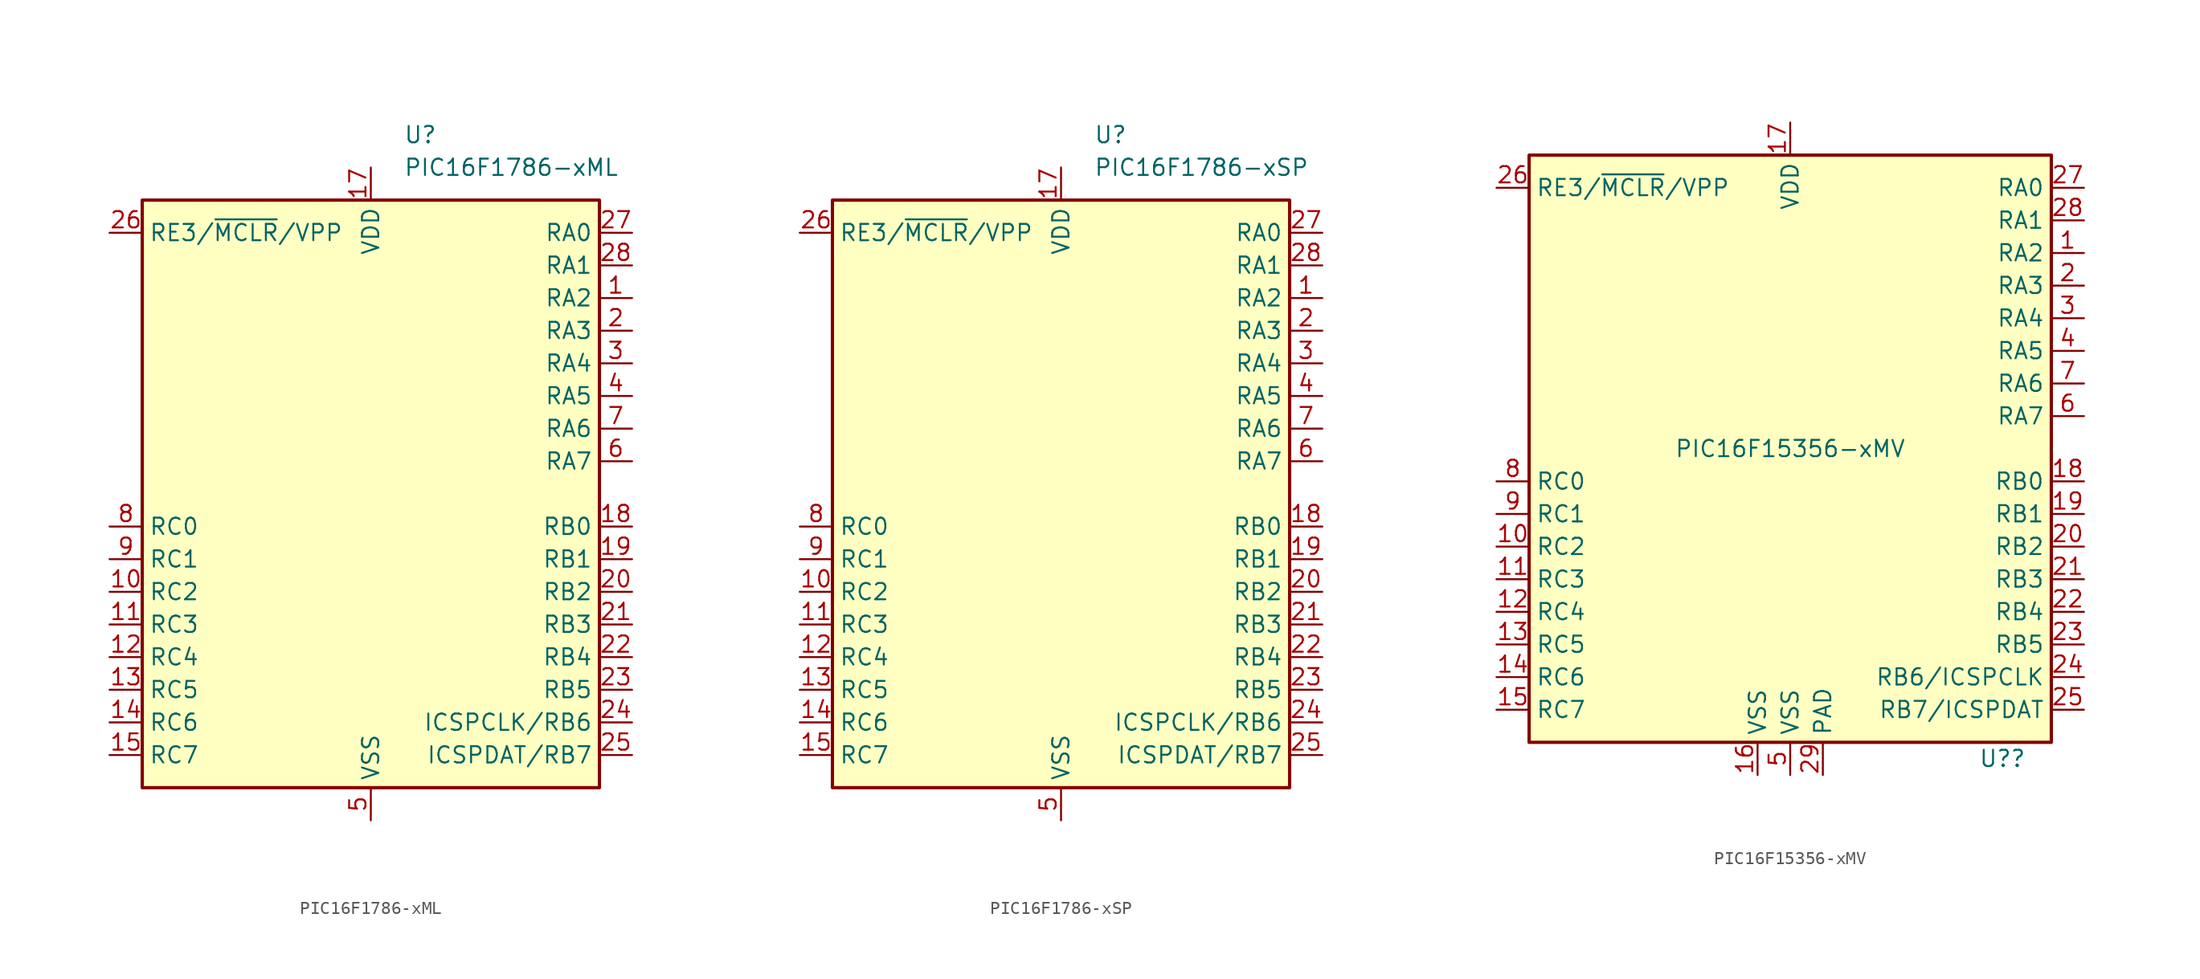
<source format=kicad_sym>
(kicad_symbol_lib
  (version 20211014)
  (generator kicad_symbol_editor)
  (symbol "PIC16F1786-xML"
    (property "Reference" "U"
      (at 2.54 27.94 0)
      (effects (font (size 1.27 1.27)) (justify left)))
    (property "Value" "PIC16F1786-xML"
      (at 2.54 25.4 0)
      (effects (font (size 1.27 1.27)) (justify left)))
    (symbol "PIC16F1786-xML_0_1"
      (rectangle (start -17.78 -22.86) (end 17.78 22.86) (stroke (width 0.254) (type default) (color 0 0 0 0)) (fill (type background))))
    (symbol "PIC16F1786-xML_1_1"
      (pin bidirectional line (at 20.32 15.24 180) (length 2.54) (name "RA2" (effects (font (size 1.27 1.27)))) (number "1" (effects (font (size 1.27 1.27)))))
      (pin bidirectional line (at -20.32 -7.62 0) (length 2.54) (name "RC2" (effects (font (size 1.27 1.27)))) (number "10" (effects (font (size 1.27 1.27)))))
      (pin bidirectional line (at -20.32 -10.16 0) (length 2.54) (name "RC3" (effects (font (size 1.27 1.27)))) (number "11" (effects (font (size 1.27 1.27)))))
      (pin bidirectional line (at -20.32 -12.7 0) (length 2.54) (name "RC4" (effects (font (size 1.27 1.27)))) (number "12" (effects (font (size 1.27 1.27)))))
      (pin bidirectional line (at -20.32 -15.24 0) (length 2.54) (name "RC5" (effects (font (size 1.27 1.27)))) (number "13" (effects (font (size 1.27 1.27)))))
      (pin bidirectional line (at -20.32 -17.78 0) (length 2.54) (name "RC6" (effects (font (size 1.27 1.27)))) (number "14" (effects (font (size 1.27 1.27)))))
      (pin bidirectional line (at -20.32 -20.32 0) (length 2.54) (name "RC7" (effects (font (size 1.27 1.27)))) (number "15" (effects (font (size 1.27 1.27)))))
      (pin passive line (at 0 -25.4 90) (length 2.54) hide (name "VSS" (effects (font (size 1.27 1.27)))) (number "16" (effects (font (size 1.27 1.27)))))
      (pin power_in line (at 0 25.4 270) (length 2.54) (name "VDD" (effects (font (size 1.27 1.27)))) (number "17" (effects (font (size 1.27 1.27)))))
      (pin bidirectional line (at 20.32 -2.54 180) (length 2.54) (name "RB0" (effects (font (size 1.27 1.27)))) (number "18" (effects (font (size 1.27 1.27)))))
      (pin bidirectional line (at 20.32 -5.08 180) (length 2.54) (name "RB1" (effects (font (size 1.27 1.27)))) (number "19" (effects (font (size 1.27 1.27)))))
      (pin bidirectional line (at 20.32 12.7 180) (length 2.54) (name "RA3" (effects (font (size 1.27 1.27)))) (number "2" (effects (font (size 1.27 1.27)))))
      (pin bidirectional line (at 20.32 -7.62 180) (length 2.54) (name "RB2" (effects (font (size 1.27 1.27)))) (number "20" (effects (font (size 1.27 1.27)))))
      (pin bidirectional line (at 20.32 -10.16 180) (length 2.54) (name "RB3" (effects (font (size 1.27 1.27)))) (number "21" (effects (font (size 1.27 1.27)))))
      (pin bidirectional line (at 20.32 -12.7 180) (length 2.54) (name "RB4" (effects (font (size 1.27 1.27)))) (number "22" (effects (font (size 1.27 1.27)))))
      (pin bidirectional line (at 20.32 -15.24 180) (length 2.54) (name "RB5" (effects (font (size 1.27 1.27)))) (number "23" (effects (font (size 1.27 1.27)))))
      (pin bidirectional line (at 20.32 -17.78 180) (length 2.54) (name "ICSPCLK/RB6" (effects (font (size 1.27 1.27)))) (number "24" (effects (font (size 1.27 1.27)))))
      (pin bidirectional line (at 20.32 -20.32 180) (length 2.54) (name "ICSPDAT/RB7" (effects (font (size 1.27 1.27)))) (number "25" (effects (font (size 1.27 1.27)))))
      (pin input line (at -20.32 20.32 0) (length 2.54) (name "RE3/~{MCLR}/VPP" (effects (font (size 1.27 1.27)))) (number "26" (effects (font (size 1.27 1.27)))))
      (pin bidirectional line (at 20.32 20.32 180) (length 2.54) (name "RA0" (effects (font (size 1.27 1.27)))) (number "27" (effects (font (size 1.27 1.27)))))
      (pin bidirectional line (at 20.32 17.78 180) (length 2.54) (name "RA1" (effects (font (size 1.27 1.27)))) (number "28" (effects (font (size 1.27 1.27)))))
      (pin bidirectional line (at 20.32 10.16 180) (length 2.54) (name "RA4" (effects (font (size 1.27 1.27)))) (number "3" (effects (font (size 1.27 1.27)))))
      (pin bidirectional line (at 20.32 7.62 180) (length 2.54) (name "RA5" (effects (font (size 1.27 1.27)))) (number "4" (effects (font (size 1.27 1.27)))))
      (pin power_in line (at 0 -25.4 90) (length 2.54) (name "VSS" (effects (font (size 1.27 1.27)))) (number "5" (effects (font (size 1.27 1.27)))))
      (pin bidirectional line (at 20.32 2.54 180) (length 2.54) (name "RA7" (effects (font (size 1.27 1.27)))) (number "6" (effects (font (size 1.27 1.27)))))
      (pin bidirectional line (at 20.32 5.08 180) (length 2.54) (name "RA6" (effects (font (size 1.27 1.27)))) (number "7" (effects (font (size 1.27 1.27)))))
      (pin bidirectional line (at -20.32 -2.54 0) (length 2.54) (name "RC0" (effects (font (size 1.27 1.27)))) (number "8" (effects (font (size 1.27 1.27)))))
      (pin bidirectional line (at -20.32 -5.08 0) (length 2.54) (name "RC1" (effects (font (size 1.27 1.27)))) (number "9" (effects (font (size 1.27 1.27)))))))
  (symbol "PIC16F1786-xSP"
    (property "Reference" "U"
      (at 2.54 27.94 0)
      (effects (font (size 1.27 1.27)) (justify left)))
    (property "Value" "PIC16F1786-xSP"
      (at 2.54 25.4 0)
      (effects (font (size 1.27 1.27)) (justify left)))
    (symbol "PIC16F1786-xSP_0_1"
      (rectangle (start -17.78 -22.86) (end 17.78 22.86) (stroke (width 0.254) (type default) (color 0 0 0 0)) (fill (type background))))
    (symbol "PIC16F1786-xSP_1_1"
      (pin bidirectional line (at 20.32 15.24 180) (length 2.54) (name "RA2" (effects (font (size 1.27 1.27)))) (number "1" (effects (font (size 1.27 1.27)))))
      (pin bidirectional line (at -20.32 -7.62 0) (length 2.54) (name "RC2" (effects (font (size 1.27 1.27)))) (number "10" (effects (font (size 1.27 1.27)))))
      (pin bidirectional line (at -20.32 -10.16 0) (length 2.54) (name "RC3" (effects (font (size 1.27 1.27)))) (number "11" (effects (font (size 1.27 1.27)))))
      (pin bidirectional line (at -20.32 -12.7 0) (length 2.54) (name "RC4" (effects (font (size 1.27 1.27)))) (number "12" (effects (font (size 1.27 1.27)))))
      (pin bidirectional line (at -20.32 -15.24 0) (length 2.54) (name "RC5" (effects (font (size 1.27 1.27)))) (number "13" (effects (font (size 1.27 1.27)))))
      (pin bidirectional line (at -20.32 -17.78 0) (length 2.54) (name "RC6" (effects (font (size 1.27 1.27)))) (number "14" (effects (font (size 1.27 1.27)))))
      (pin bidirectional line (at -20.32 -20.32 0) (length 2.54) (name "RC7" (effects (font (size 1.27 1.27)))) (number "15" (effects (font (size 1.27 1.27)))))
      (pin passive line (at 0 -25.4 90) (length 2.54) hide (name "VSS" (effects (font (size 1.27 1.27)))) (number "16" (effects (font (size 1.27 1.27)))))
      (pin power_in line (at 0 25.4 270) (length 2.54) (name "VDD" (effects (font (size 1.27 1.27)))) (number "17" (effects (font (size 1.27 1.27)))))
      (pin bidirectional line (at 20.32 -2.54 180) (length 2.54) (name "RB0" (effects (font (size 1.27 1.27)))) (number "18" (effects (font (size 1.27 1.27)))))
      (pin bidirectional line (at 20.32 -5.08 180) (length 2.54) (name "RB1" (effects (font (size 1.27 1.27)))) (number "19" (effects (font (size 1.27 1.27)))))
      (pin bidirectional line (at 20.32 12.7 180) (length 2.54) (name "RA3" (effects (font (size 1.27 1.27)))) (number "2" (effects (font (size 1.27 1.27)))))
      (pin bidirectional line (at 20.32 -7.62 180) (length 2.54) (name "RB2" (effects (font (size 1.27 1.27)))) (number "20" (effects (font (size 1.27 1.27)))))
      (pin bidirectional line (at 20.32 -10.16 180) (length 2.54) (name "RB3" (effects (font (size 1.27 1.27)))) (number "21" (effects (font (size 1.27 1.27)))))
      (pin bidirectional line (at 20.32 -12.7 180) (length 2.54) (name "RB4" (effects (font (size 1.27 1.27)))) (number "22" (effects (font (size 1.27 1.27)))))
      (pin bidirectional line (at 20.32 -15.24 180) (length 2.54) (name "RB5" (effects (font (size 1.27 1.27)))) (number "23" (effects (font (size 1.27 1.27)))))
      (pin bidirectional line (at 20.32 -17.78 180) (length 2.54) (name "ICSPCLK/RB6" (effects (font (size 1.27 1.27)))) (number "24" (effects (font (size 1.27 1.27)))))
      (pin bidirectional line (at 20.32 -20.32 180) (length 2.54) (name "ICSPDAT/RB7" (effects (font (size 1.27 1.27)))) (number "25" (effects (font (size 1.27 1.27)))))
      (pin input line (at -20.32 20.32 0) (length 2.54) (name "RE3/~{MCLR}/VPP" (effects (font (size 1.27 1.27)))) (number "26" (effects (font (size 1.27 1.27)))))
      (pin bidirectional line (at 20.32 20.32 180) (length 2.54) (name "RA0" (effects (font (size 1.27 1.27)))) (number "27" (effects (font (size 1.27 1.27)))))
      (pin bidirectional line (at 20.32 17.78 180) (length 2.54) (name "RA1" (effects (font (size 1.27 1.27)))) (number "28" (effects (font (size 1.27 1.27)))))
      (pin bidirectional line (at 20.32 10.16 180) (length 2.54) (name "RA4" (effects (font (size 1.27 1.27)))) (number "3" (effects (font (size 1.27 1.27)))))
      (pin bidirectional line (at 20.32 7.62 180) (length 2.54) (name "RA5" (effects (font (size 1.27 1.27)))) (number "4" (effects (font (size 1.27 1.27)))))
      (pin power_in line (at 0 -25.4 90) (length 2.54) (name "VSS" (effects (font (size 1.27 1.27)))) (number "5" (effects (font (size 1.27 1.27)))))
      (pin bidirectional line (at 20.32 2.54 180) (length 2.54) (name "RA7" (effects (font (size 1.27 1.27)))) (number "6" (effects (font (size 1.27 1.27)))))
      (pin bidirectional line (at 20.32 5.08 180) (length 2.54) (name "RA6" (effects (font (size 1.27 1.27)))) (number "7" (effects (font (size 1.27 1.27)))))
      (pin bidirectional line (at -20.32 -2.54 0) (length 2.54) (name "RC0" (effects (font (size 1.27 1.27)))) (number "8" (effects (font (size 1.27 1.27)))))
      (pin bidirectional line (at -20.32 -5.08 0) (length 2.54) (name "RC1" (effects (font (size 1.27 1.27)))) (number "9" (effects (font (size 1.27 1.27)))))))
  (symbol "PIC16F15356-xMV"
    (property "Reference" "U?"
      (at 16.51 -24.13 0)
      (effects (font (size 1.27 1.27))))
    (property "Value" "PIC16F15356-xMV"
      (at 0 0 0)
      (effects (font (size 1.27 1.27))))
    (symbol "PIC16F15356-xMV_0_0"
      (pin power_in line (at 2.54 -25.4 90) (length 2.54) (name "PAD" (effects (font (size 1.27 1.27)))) (number "29" (effects (font (size 1.27 1.27))))))
    (symbol "PIC16F15356-xMV_0_1"
      (rectangle (start -20.32 -22.86) (end 20.32 22.86) (stroke (width 0.254) (type default) (color 0 0 0 0)) (fill (type background))))
    (symbol "PIC16F15356-xMV_1_1"
      (pin bidirectional line (at 22.86 15.24 180) (length 2.54) (name "RA2" (effects (font (size 1.27 1.27)))) (number "1" (effects (font (size 1.27 1.27)))))
      (pin bidirectional line (at -22.86 -7.62 0) (length 2.54) (name "RC2" (effects (font (size 1.27 1.27)))) (number "10" (effects (font (size 1.27 1.27)))))
      (pin bidirectional line (at -22.86 -10.16 0) (length 2.54) (name "RC3" (effects (font (size 1.27 1.27)))) (number "11" (effects (font (size 1.27 1.27)))))
      (pin bidirectional line (at -22.86 -12.7 0) (length 2.54) (name "RC4" (effects (font (size 1.27 1.27)))) (number "12" (effects (font (size 1.27 1.27)))))
      (pin bidirectional line (at -22.86 -15.24 0) (length 2.54) (name "RC5" (effects (font (size 1.27 1.27)))) (number "13" (effects (font (size 1.27 1.27)))))
      (pin bidirectional line (at -22.86 -17.78 0) (length 2.54) (name "RC6" (effects (font (size 1.27 1.27)))) (number "14" (effects (font (size 1.27 1.27)))))
      (pin bidirectional line (at -22.86 -20.32 0) (length 2.54) (name "RC7" (effects (font (size 1.27 1.27)))) (number "15" (effects (font (size 1.27 1.27)))))
      (pin power_in line (at -2.54 -25.4 90) (length 2.54) (name "VSS" (effects (font (size 1.27 1.27)))) (number "16" (effects (font (size 1.27 1.27)))))
      (pin power_in line (at 0 25.4 270) (length 2.54) (name "VDD" (effects (font (size 1.27 1.27)))) (number "17" (effects (font (size 1.27 1.27)))))
      (pin bidirectional line (at 22.86 -2.54 180) (length 2.54) (name "RB0" (effects (font (size 1.27 1.27)))) (number "18" (effects (font (size 1.27 1.27)))))
      (pin bidirectional line (at 22.86 -5.08 180) (length 2.54) (name "RB1" (effects (font (size 1.27 1.27)))) (number "19" (effects (font (size 1.27 1.27)))))
      (pin bidirectional line (at 22.86 12.7 180) (length 2.54) (name "RA3" (effects (font (size 1.27 1.27)))) (number "2" (effects (font (size 1.27 1.27)))))
      (pin bidirectional line (at 22.86 -7.62 180) (length 2.54) (name "RB2" (effects (font (size 1.27 1.27)))) (number "20" (effects (font (size 1.27 1.27)))))
      (pin bidirectional line (at 22.86 -10.16 180) (length 2.54) (name "RB3" (effects (font (size 1.27 1.27)))) (number "21" (effects (font (size 1.27 1.27)))))
      (pin bidirectional line (at 22.86 -12.7 180) (length 2.54) (name "RB4" (effects (font (size 1.27 1.27)))) (number "22" (effects (font (size 1.27 1.27)))))
      (pin bidirectional line (at 22.86 -15.24 180) (length 2.54) (name "RB5" (effects (font (size 1.27 1.27)))) (number "23" (effects (font (size 1.27 1.27)))))
      (pin bidirectional line (at 22.86 -17.78 180) (length 2.54) (name "RB6/ICSPCLK" (effects (font (size 1.27 1.27)))) (number "24" (effects (font (size 1.27 1.27)))))
      (pin bidirectional line (at 22.86 -20.32 180) (length 2.54) (name "RB7/ICSPDAT" (effects (font (size 1.27 1.27)))) (number "25" (effects (font (size 1.27 1.27)))))
      (pin bidirectional line (at -22.86 20.32 0) (length 2.54) (name "RE3/~{MCLR}/VPP" (effects (font (size 1.27 1.27)))) (number "26" (effects (font (size 1.27 1.27)))))
      (pin bidirectional line (at 22.86 20.32 180) (length 2.54) (name "RA0" (effects (font (size 1.27 1.27)))) (number "27" (effects (font (size 1.27 1.27)))))
      (pin bidirectional line (at 22.86 17.78 180) (length 2.54) (name "RA1" (effects (font (size 1.27 1.27)))) (number "28" (effects (font (size 1.27 1.27)))))
      (pin bidirectional line (at 22.86 10.16 180) (length 2.54) (name "RA4" (effects (font (size 1.27 1.27)))) (number "3" (effects (font (size 1.27 1.27)))))
      (pin bidirectional line (at 22.86 7.62 180) (length 2.54) (name "RA5" (effects (font (size 1.27 1.27)))) (number "4" (effects (font (size 1.27 1.27)))))
      (pin power_in line (at 0 -25.4 90) (length 2.54) (name "VSS" (effects (font (size 1.27 1.27)))) (number "5" (effects (font (size 1.27 1.27)))))
      (pin bidirectional line (at 22.86 2.54 180) (length 2.54) (name "RA7" (effects (font (size 1.27 1.27)))) (number "6" (effects (font (size 1.27 1.27)))))
      (pin bidirectional line (at 22.86 5.08 180) (length 2.54) (name "RA6" (effects (font (size 1.27 1.27)))) (number "7" (effects (font (size 1.27 1.27)))))
      (pin bidirectional line (at -22.86 -2.54 0) (length 2.54) (name "RC0" (effects (font (size 1.27 1.27)))) (number "8" (effects (font (size 1.27 1.27)))))
      (pin bidirectional line (at -22.86 -5.08 0) (length 2.54) (name "RC1" (effects (font (size 1.27 1.27)))) (number "9" (effects (font (size 1.27 1.27))))))))
</source>
